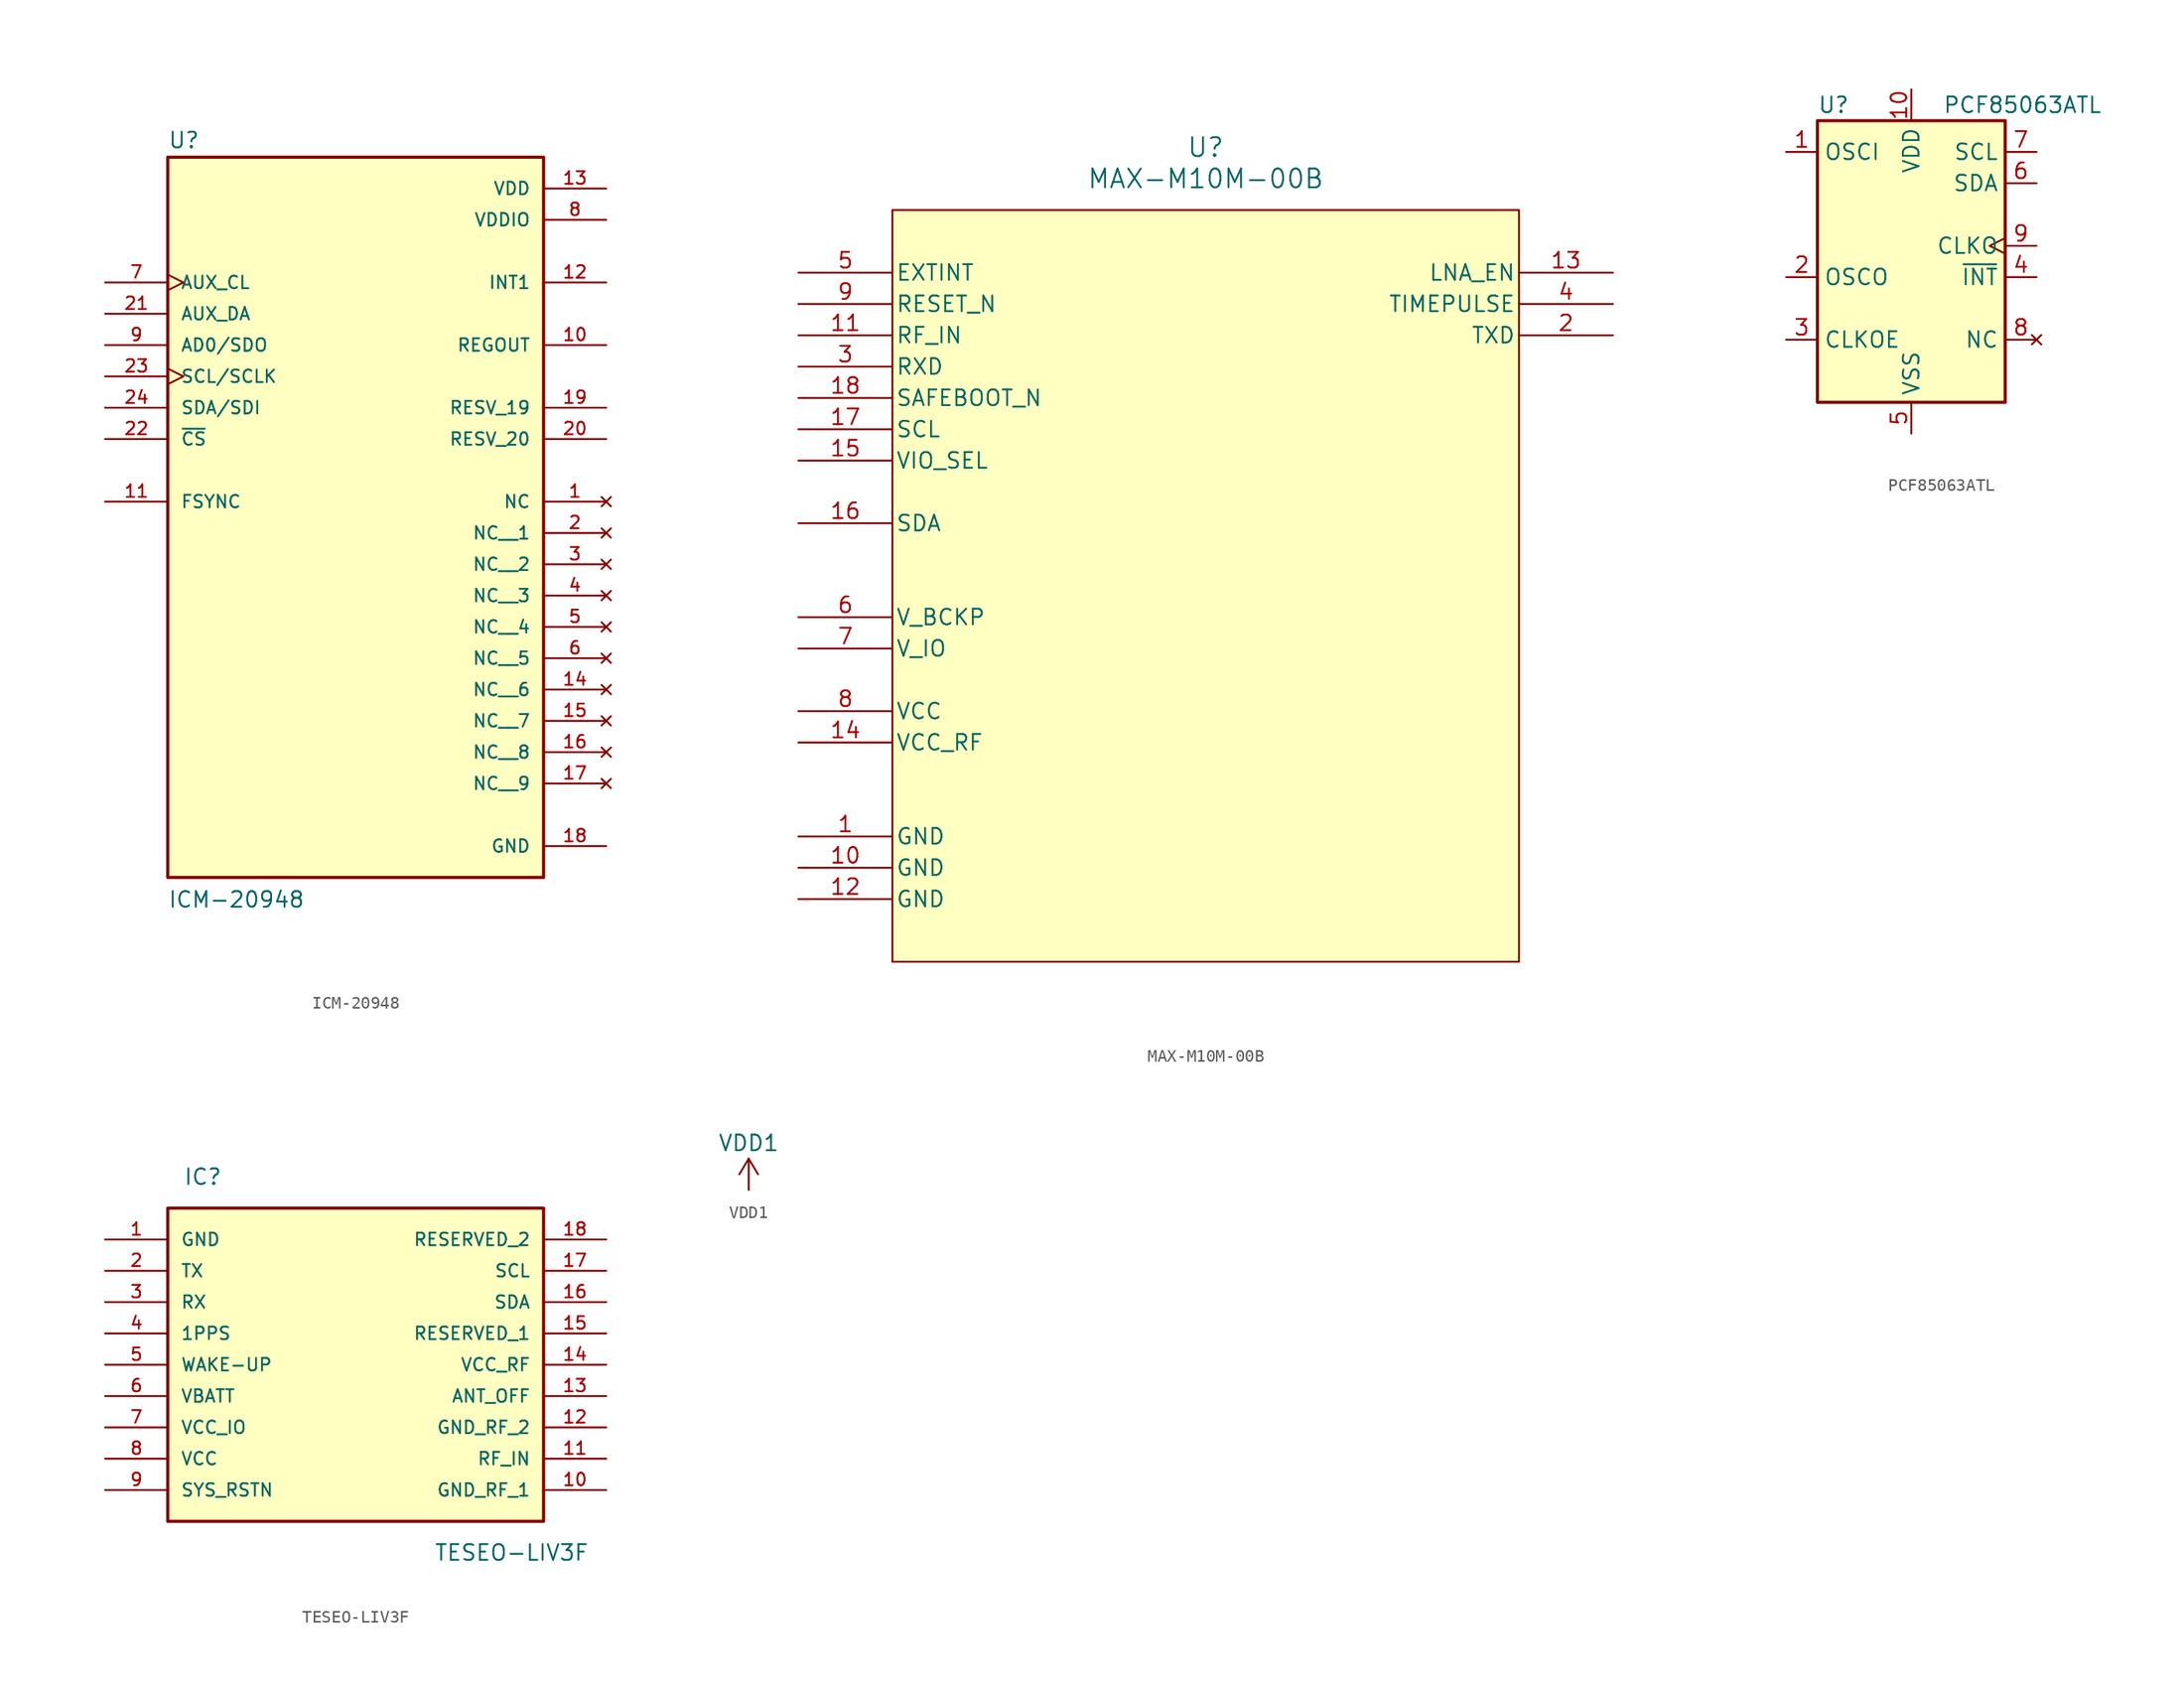
<source format=kicad_sym>
(kicad_symbol_lib
  (version 20220914)
  (generator kicad_symbol_editor)
  (symbol "ICM-20948"
    (pin_names
      (offset 1.016))
    (property "Reference" "U"
      (at -15.24 18.415 0)
      (effects (font (size 1.27 1.27)) (justify left bottom)))
    (property "Value" "ICM-20948"
      (at -15.24 -43.18 0)
      (effects (font (size 1.27 1.27)) (justify left bottom)))
    (symbol "ICM-20948_0_0"
      (rectangle (start -15.24 -40.64) (end 15.24 17.78) (stroke (width 0.254) (type default)) (fill (type background)))
      (pin no_connect line (at 20.32 -10.16 180) (length 5.08) (name "NC" (effects (font (size 1.016 1.016)))) (number "1" (effects (font (size 1.016 1.016)))))
      (pin output line (at 20.32 2.54 180) (length 5.08) (name "REGOUT" (effects (font (size 1.016 1.016)))) (number "10" (effects (font (size 1.016 1.016)))))
      (pin input line (at -20.32 -10.16 0) (length 5.08) (name "FSYNC" (effects (font (size 1.016 1.016)))) (number "11" (effects (font (size 1.016 1.016)))))
      (pin output line (at 20.32 7.62 180) (length 5.08) (name "INT1" (effects (font (size 1.016 1.016)))) (number "12" (effects (font (size 1.016 1.016)))))
      (pin power_in line (at 20.32 15.24 180) (length 5.08) (name "VDD" (effects (font (size 1.016 1.016)))) (number "13" (effects (font (size 1.016 1.016)))))
      (pin no_connect line (at 20.32 -25.4 180) (length 5.08) (name "NC__6" (effects (font (size 1.016 1.016)))) (number "14" (effects (font (size 1.016 1.016)))))
      (pin no_connect line (at 20.32 -27.94 180) (length 5.08) (name "NC__7" (effects (font (size 1.016 1.016)))) (number "15" (effects (font (size 1.016 1.016)))))
      (pin no_connect line (at 20.32 -30.48 180) (length 5.08) (name "NC__8" (effects (font (size 1.016 1.016)))) (number "16" (effects (font (size 1.016 1.016)))))
      (pin no_connect line (at 20.32 -33.02 180) (length 5.08) (name "NC__9" (effects (font (size 1.016 1.016)))) (number "17" (effects (font (size 1.016 1.016)))))
      (pin passive line (at 20.32 -2.54 180) (length 5.08) (name "RESV_19" (effects (font (size 1.016 1.016)))) (number "19" (effects (font (size 1.016 1.016)))))
      (pin no_connect line (at 20.32 -12.7 180) (length 5.08) (name "NC__1" (effects (font (size 1.016 1.016)))) (number "2" (effects (font (size 1.016 1.016)))))
      (pin passive line (at 20.32 -5.08 180) (length 5.08) (name "RESV_20" (effects (font (size 1.016 1.016)))) (number "20" (effects (font (size 1.016 1.016)))))
      (pin bidirectional line (at -20.32 5.08 0) (length 5.08) (name "AUX_DA" (effects (font (size 1.016 1.016)))) (number "21" (effects (font (size 1.016 1.016)))))
      (pin input line (at -20.32 -5.08 0) (length 5.08) (name "~{CS}" (effects (font (size 1.016 1.016)))) (number "22" (effects (font (size 1.016 1.016)))))
      (pin input clock (at -20.32 0 0) (length 5.08) (name "SCL/SCLK" (effects (font (size 1.016 1.016)))) (number "23" (effects (font (size 1.016 1.016)))))
      (pin bidirectional line (at -20.32 -2.54 0) (length 5.08) (name "SDA/SDI" (effects (font (size 1.016 1.016)))) (number "24" (effects (font (size 1.016 1.016)))))
      (pin no_connect line (at 20.32 -15.24 180) (length 5.08) (name "NC__2" (effects (font (size 1.016 1.016)))) (number "3" (effects (font (size 1.016 1.016)))))
      (pin no_connect line (at 20.32 -17.78 180) (length 5.08) (name "NC__3" (effects (font (size 1.016 1.016)))) (number "4" (effects (font (size 1.016 1.016)))))
      (pin no_connect line (at 20.32 -20.32 180) (length 5.08) (name "NC__4" (effects (font (size 1.016 1.016)))) (number "5" (effects (font (size 1.016 1.016)))))
      (pin no_connect line (at 20.32 -22.86 180) (length 5.08) (name "NC__5" (effects (font (size 1.016 1.016)))) (number "6" (effects (font (size 1.016 1.016)))))
      (pin input clock (at -20.32 7.62 0) (length 5.08) (name "AUX_CL" (effects (font (size 1.016 1.016)))) (number "7" (effects (font (size 1.016 1.016)))))
      (pin power_in line (at 20.32 12.7 180) (length 5.08) (name "VDDIO" (effects (font (size 1.016 1.016)))) (number "8" (effects (font (size 1.016 1.016)))))
      (pin bidirectional line (at -20.32 2.54 0) (length 5.08) (name "AD0/SDO" (effects (font (size 1.016 1.016)))) (number "9" (effects (font (size 1.016 1.016))))))
    (symbol "ICM-20948_1_0"
      (pin passive line (at 20.32 -38.1 180) (length 5.08) (name "GND" (effects (font (size 1.016 1.016)))) (number "18" (effects (font (size 1.016 1.016)))))))
  (symbol "MAX-M10M-00B"
    (pin_names
      (offset 0.254))
    (property "Reference" "U"
      (at 33.02 10.16 0)
      (effects (font (size 1.524 1.524))))
    (property "Value" "MAX-M10M-00B"
      (at 33.02 7.62 0)
      (effects (font (size 1.524 1.524))))
    (symbol "MAX-M10M-00B_0_1"
      (pin input line (at 0 -5.08 0) (length 7.62) (name "RF_IN" (effects (font (size 1.27 1.27)))) (number "11" (effects (font (size 1.27 1.27)))))
      (pin output line (at 66.04 0 180) (length 7.62) (name "LNA_EN" (effects (font (size 1.27 1.27)))) (number "13" (effects (font (size 1.27 1.27)))))
      (pin output line (at 0 -38.1 0) (length 7.62) (name "VCC_RF" (effects (font (size 1.27 1.27)))) (number "14" (effects (font (size 1.27 1.27)))))
      (pin input line (at 0 -15.24 0) (length 7.62) (name "VIO_SEL" (effects (font (size 1.27 1.27)))) (number "15" (effects (font (size 1.27 1.27)))))
      (pin bidirectional line (at 0 -20.32 0) (length 7.62) (name "SDA" (effects (font (size 1.27 1.27)))) (number "16" (effects (font (size 1.27 1.27)))))
      (pin input line (at 0 -12.7 0) (length 7.62) (name "SCL" (effects (font (size 1.27 1.27)))) (number "17" (effects (font (size 1.27 1.27)))))
      (pin input line (at 0 -10.16 0) (length 7.62) (name "SAFEBOOT_N" (effects (font (size 1.27 1.27)))) (number "18" (effects (font (size 1.27 1.27)))))
      (pin output line (at 66.04 -5.08 180) (length 7.62) (name "TXD" (effects (font (size 1.27 1.27)))) (number "2" (effects (font (size 1.27 1.27)))))
      (pin input line (at 0 -7.62 0) (length 7.62) (name "RXD" (effects (font (size 1.27 1.27)))) (number "3" (effects (font (size 1.27 1.27)))))
      (pin output line (at 66.04 -2.54 180) (length 7.62) (name "TIMEPULSE" (effects (font (size 1.27 1.27)))) (number "4" (effects (font (size 1.27 1.27)))))
      (pin input line (at 0 0 0) (length 7.62) (name "EXTINT" (effects (font (size 1.27 1.27)))) (number "5" (effects (font (size 1.27 1.27)))))
      (pin power_in line (at 0 -27.94 0) (length 7.62) (name "V_BCKP" (effects (font (size 1.27 1.27)))) (number "6" (effects (font (size 1.27 1.27)))))
      (pin power_in line (at 0 -30.48 0) (length 7.62) (name "V_IO" (effects (font (size 1.27 1.27)))) (number "7" (effects (font (size 1.27 1.27)))))
      (pin power_in line (at 0 -35.56 0) (length 7.62) (name "VCC" (effects (font (size 1.27 1.27)))) (number "8" (effects (font (size 1.27 1.27)))))
      (pin input line (at 0 -2.54 0) (length 7.62) (name "RESET_N" (effects (font (size 1.27 1.27)))) (number "9" (effects (font (size 1.27 1.27))))))
    (symbol "MAX-M10M-00B_1_1"
      (rectangle (start 7.62 5.08) (end 58.42 -55.88) (stroke (width 0) (type default)) (fill (type background)))
      (pin passive line (at 0 -45.72 0) (length 7.62) (name "GND" (effects (font (size 1.27 1.27)))) (number "1" (effects (font (size 1.27 1.27)))))
      (pin passive line (at 0 -48.26 0) (length 7.62) (name "GND" (effects (font (size 1.27 1.27)))) (number "10" (effects (font (size 1.27 1.27)))))
      (pin passive line (at 0 -50.8 0) (length 7.62) (name "GND" (effects (font (size 1.27 1.27)))) (number "12" (effects (font (size 1.27 1.27)))))))
  (symbol "PCF85063ATL"
    (property "Reference" "U"
      (at -7.62 12.7 0)
      (effects (font (size 1.27 1.27)) (justify left)))
    (property "Value" "PCF85063ATL"
      (at 2.54 12.7 0)
      (effects (font (size 1.27 1.27)) (justify left)))
    (symbol "PCF85063ATL_0_1"
      (rectangle (start -7.62 11.43) (end 7.62 -11.43) (stroke (width 0.254) (type solid)) (fill (type background))))
    (symbol "PCF85063ATL_1_1"
      (pin input line (at -10.16 8.89 0) (length 2.54) (name "OSCI" (effects (font (size 1.27 1.27)))) (number "1" (effects (font (size 1.27 1.27)))))
      (pin power_in line (at 0 13.97 270) (length 2.54) (name "VDD" (effects (font (size 1.27 1.27)))) (number "10" (effects (font (size 1.27 1.27)))))
      (pin output line (at -10.16 -1.27 0) (length 2.54) (name "OSCO" (effects (font (size 1.27 1.27)))) (number "2" (effects (font (size 1.27 1.27)))))
      (pin input line (at -10.16 -6.35 0) (length 2.54) (name "CLKOE" (effects (font (size 1.27 1.27)))) (number "3" (effects (font (size 1.27 1.27)))))
      (pin output line (at 10.16 -1.27 180) (length 2.54) (name "~{INT}" (effects (font (size 1.27 1.27)))) (number "4" (effects (font (size 1.27 1.27)))))
      (pin power_in line (at 0 -13.97 90) (length 2.54) (name "VSS" (effects (font (size 1.27 1.27)))) (number "5" (effects (font (size 1.27 1.27)))))
      (pin bidirectional line (at 10.16 6.35 180) (length 2.54) (name "SDA" (effects (font (size 1.27 1.27)))) (number "6" (effects (font (size 1.27 1.27)))))
      (pin input line (at 10.16 8.89 180) (length 2.54) (name "SCL" (effects (font (size 1.27 1.27)))) (number "7" (effects (font (size 1.27 1.27)))))
      (pin no_connect line (at 10.16 -6.35 180) (length 2.54) (name "NC" (effects (font (size 1.27 1.27)))) (number "8" (effects (font (size 1.27 1.27)))))
      (pin output clock (at 10.16 1.27 180) (length 2.54) (name "CLKO" (effects (font (size 1.27 1.27)))) (number "9" (effects (font (size 1.27 1.27)))))
      (pin no_connect line (at 10.16 -8.89 180) (length 2.54) hide (name "EP" (effects (font (size 1.27 1.27)))) (number "EP" (effects (font (size 1.27 1.27)))))))
  (symbol "TESEO-LIV3F"
    (pin_names
      (offset 1.016))
    (property "Reference" "IC"
      (at 6.35 5.08 0)
      (effects (font (size 1.27 1.27)) (justify left)))
    (property "Value" "TESEO-LIV3F"
      (at 26.67 -25.4 0)
      (effects (font (size 1.27 1.27)) (justify left)))
    (symbol "TESEO-LIV3F_0_0"
      (rectangle (start 5.08 2.54) (end 35.56 -22.86) (stroke (width 0.254) (type default)) (fill (type background)))
      (pin bidirectional line (at 40.64 -17.78 180) (length 5.08) (name "RF_IN" (effects (font (size 1.016 1.016)))) (number "11" (effects (font (size 1.016 1.016)))))
      (pin bidirectional line (at 40.64 -12.7 180) (length 5.08) (name "ANT_OFF" (effects (font (size 1.016 1.016)))) (number "13" (effects (font (size 1.016 1.016)))))
      (pin bidirectional line (at 40.64 -7.62 180) (length 5.08) (name "RESERVED_1" (effects (font (size 1.016 1.016)))) (number "15" (effects (font (size 1.016 1.016)))))
      (pin bidirectional line (at 40.64 -5.08 180) (length 5.08) (name "SDA" (effects (font (size 1.016 1.016)))) (number "16" (effects (font (size 1.016 1.016)))))
      (pin bidirectional line (at 40.64 0 180) (length 5.08) (name "RESERVED_2" (effects (font (size 1.016 1.016)))) (number "18" (effects (font (size 1.016 1.016)))))
      (pin bidirectional line (at 0 -2.54 0) (length 5.08) (name "TX" (effects (font (size 1.016 1.016)))) (number "2" (effects (font (size 1.016 1.016)))))
      (pin bidirectional line (at 0 -5.08 0) (length 5.08) (name "RX" (effects (font (size 1.016 1.016)))) (number "3" (effects (font (size 1.016 1.016)))))
      (pin bidirectional line (at 0 -7.62 0) (length 5.08) (name "1PPS" (effects (font (size 1.016 1.016)))) (number "4" (effects (font (size 1.016 1.016)))))
      (pin bidirectional line (at 0 -10.16 0) (length 5.08) (name "WAKE-UP" (effects (font (size 1.016 1.016)))) (number "5" (effects (font (size 1.016 1.016))))))
    (symbol "TESEO-LIV3F_1_0"
      (pin power_in line (at 0 0 0) (length 5.08) (name "GND" (effects (font (size 1.016 1.016)))) (number "1" (effects (font (size 1.016 1.016)))))
      (pin power_in line (at 40.64 -20.32 180) (length 5.08) (name "GND_RF_1" (effects (font (size 1.016 1.016)))) (number "10" (effects (font (size 1.016 1.016)))))
      (pin power_in line (at 40.64 -15.24 180) (length 5.08) (name "GND_RF_2" (effects (font (size 1.016 1.016)))) (number "12" (effects (font (size 1.016 1.016)))))
      (pin power_in line (at 40.64 -10.16 180) (length 5.08) (name "VCC_RF" (effects (font (size 1.016 1.016)))) (number "14" (effects (font (size 1.016 1.016)))))
      (pin passive line (at 40.64 -2.54 180) (length 5.08) (name "SCL" (effects (font (size 1.016 1.016)))) (number "17" (effects (font (size 1.016 1.016)))))
      (pin power_in line (at 0 -12.7 0) (length 5.08) (name "VBATT" (effects (font (size 1.016 1.016)))) (number "6" (effects (font (size 1.016 1.016)))))
      (pin passive line (at 0 -15.24 0) (length 5.08) (name "VCC_IO" (effects (font (size 1.016 1.016)))) (number "7" (effects (font (size 1.016 1.016)))))
      (pin power_in line (at 0 -17.78 0) (length 5.08) (name "VCC" (effects (font (size 1.016 1.016)))) (number "8" (effects (font (size 1.016 1.016)))))
      (pin input line (at 0 -20.32 0) (length 5.08) (name "SYS_RSTN" (effects (font (size 1.016 1.016)))) (number "9" (effects (font (size 1.016 1.016)))))))
  (symbol "VDD1"
    (power)
    (pin_names
      (offset 0))
    (property "Reference" "#PWR"
      (at 0 -3.81 0)
      (effects (font (size 1.27 1.27)) hide))
    (property "Value" "VDD1"
      (at 0 3.81 0)
      (effects (font (size 1.27 1.27))))
    (symbol "VDD1_0_1"
      (polyline (pts (xy -0.762 1.27) (xy 0 2.54)) (stroke (width 0) (type solid)) (fill (type none)))
      (polyline (pts (xy 0 0) (xy 0 2.54)) (stroke (width 0) (type solid)) (fill (type none)))
      (polyline (pts (xy 0 2.54) (xy 0.762 1.27)) (stroke (width 0) (type solid)) (fill (type none))))
    (symbol "VDD1_1_1"
      (pin power_in line (at 0 0 90) (length 0) hide (name "VDD1" (effects (font (size 1.27 1.27)))) (number "1" (effects (font (size 1.27 1.27))))))))
</source>
